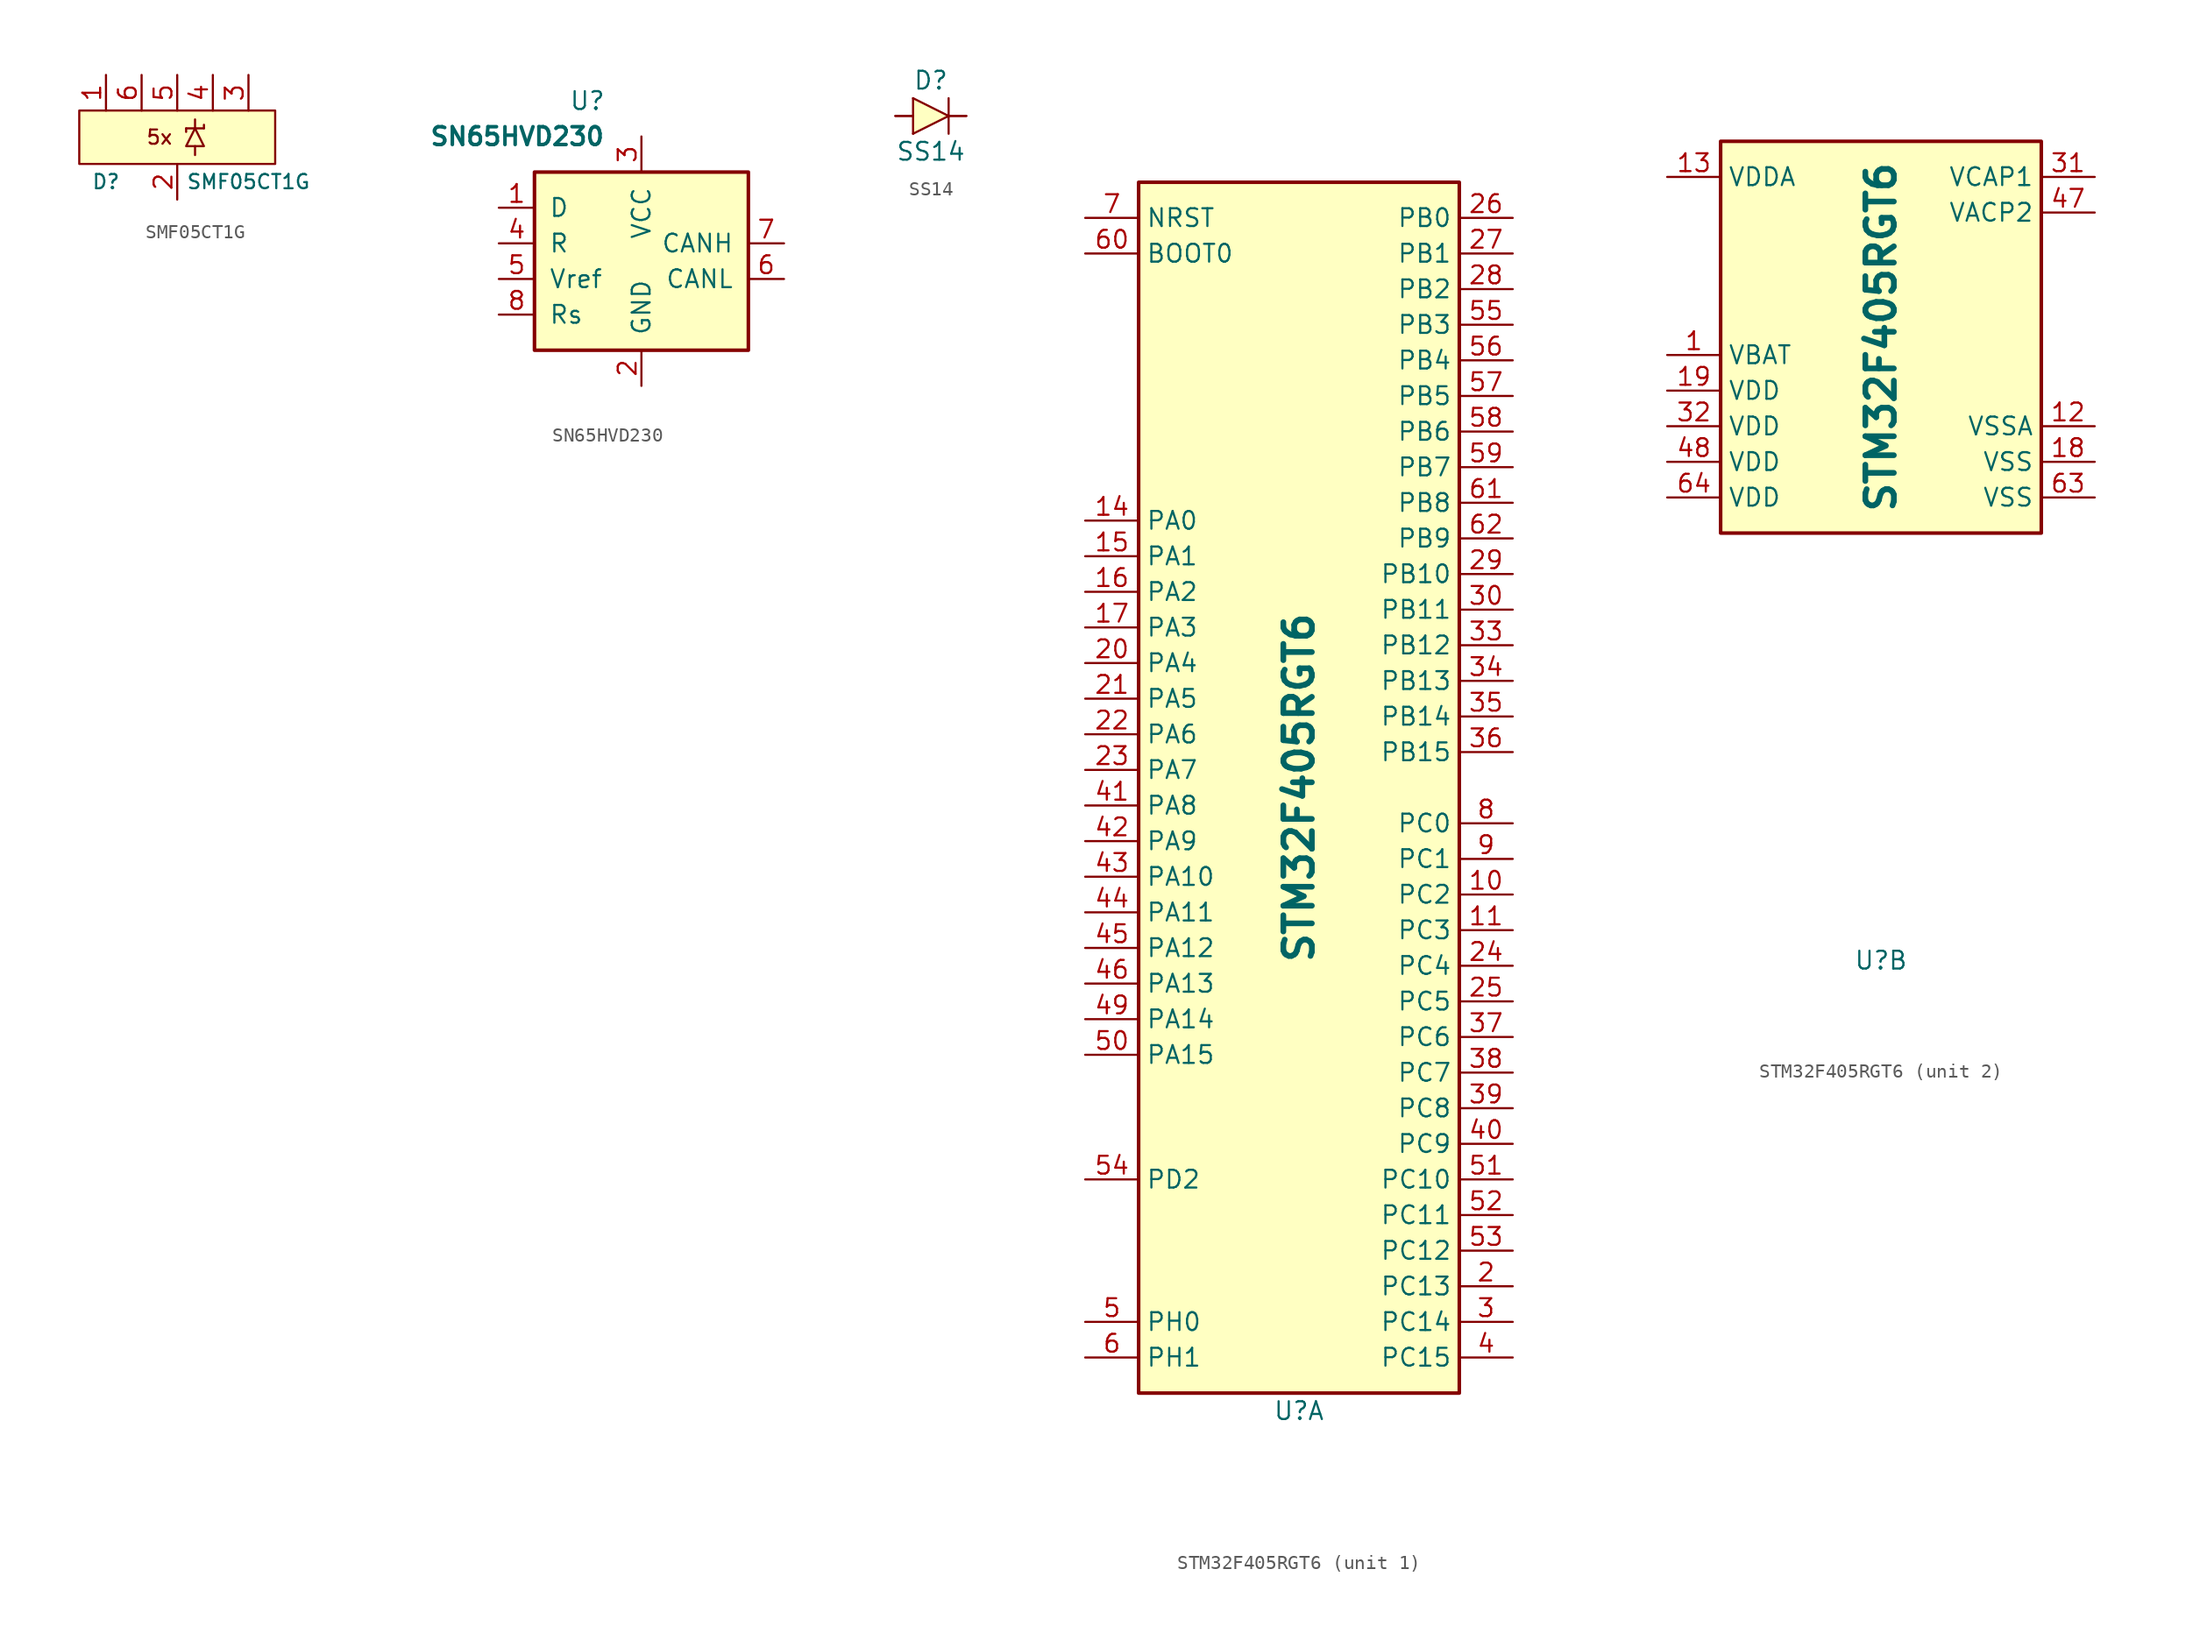
<source format=kicad_sym>
(kicad_symbol_lib
  (version 20231120)
  (generator "kicad_symbol_editor")
  (generator_version "8.0")
  (symbol "SMF05CT1G"
    (pin_names
      (offset 1.016))
    (property "Reference" "D"
      (at -5.08 -2.54 0)
      (effects (font (size 1.016 1.016))))
    (property "Value" "SMF05CT1G"
      (at 5.08 -2.54 0)
      (effects (font (size 1.016 1.016))))
    (property "Datasheet" ""
      (at 0 0 0)
      (effects (font (size 1.524 1.524))))
    (symbol "SMF05CT1G_0_0"
      (rectangle (start -6.985 2.54) (end 6.985 -1.27) (stroke (width 0) (type default)) (fill (type background)))
      (text "5x" (at -1.27 0.635 0) (effects (font (size 1.016 1.016)))))
    (symbol "SMF05CT1G_0_1"
      (polyline (pts (xy 0.635 1.27) (xy 0.635 1.016)) (stroke (width 0) (type default)) (fill (type none)))
      (polyline (pts (xy 0.635 1.27) (xy 1.905 1.27)) (stroke (width 0) (type default)) (fill (type none)))
      (polyline (pts (xy 1.27 0) (xy 1.27 -0.635)) (stroke (width 0) (type default)) (fill (type none)))
      (polyline (pts (xy 1.27 1.27) (xy 1.27 1.905)) (stroke (width 0) (type default)) (fill (type none)))
      (polyline (pts (xy 1.905 1.27) (xy 1.905 1.524)) (stroke (width 0) (type default)) (fill (type none)))
      (polyline (pts (xy 1.27 1.27) (xy 0.635 0) (xy 1.905 0) (xy 1.27 1.27)) (stroke (width 0) (type default)) (fill (type none))))
    (symbol "SMF05CT1G_1_1"
      (pin passive line (at -5.08 5.08 270) (length 2.54) (name "~" (effects (font (size 1.27 1.27)))) (number "1" (effects (font (size 1.27 1.27)))))
      (pin passive line (at 0 -3.81 90) (length 2.54) (name "~" (effects (font (size 1.27 1.27)))) (number "2" (effects (font (size 1.27 1.27)))))
      (pin passive line (at 5.08 5.08 270) (length 2.54) (name "~" (effects (font (size 1.27 1.27)))) (number "3" (effects (font (size 1.27 1.27)))))
      (pin passive line (at 2.54 5.08 270) (length 2.54) (name "~" (effects (font (size 1.27 1.27)))) (number "4" (effects (font (size 1.27 1.27)))))
      (pin passive line (at 0 5.08 270) (length 2.54) (name "~" (effects (font (size 1.27 1.27)))) (number "5" (effects (font (size 1.27 1.27)))))
      (pin passive line (at -2.54 5.08 270) (length 2.54) (name "~" (effects (font (size 1.27 1.27)))) (number "6" (effects (font (size 1.27 1.27)))))))
  (symbol "SN65HVD230"
    (pin_names
      (offset 1.016))
    (property "Reference" "U"
      (at -2.54 10.16 0)
      (effects (font (size 1.27 1.27)) (justify right)))
    (property "Value" "SN65HVD230"
      (at -2.54 7.62 0)
      (effects (font (size 1.27 1.27) (bold yes)) (justify right)))
    (symbol "SN65HVD230_0_1"
      (rectangle (start -7.62 5.08) (end 7.62 -7.62) (stroke (width 0.254) (type default)) (fill (type background))))
    (symbol "SN65HVD230_1_1"
      (pin input line (at -10.16 2.54 0) (length 2.54) (name "D" (effects (font (size 1.27 1.27)))) (number "1" (effects (font (size 1.27 1.27)))))
      (pin power_in line (at 0 -10.16 90) (length 2.54) (name "GND" (effects (font (size 1.27 1.27)))) (number "2" (effects (font (size 1.27 1.27)))))
      (pin power_in line (at 0 7.62 270) (length 2.54) (name "VCC" (effects (font (size 1.27 1.27)))) (number "3" (effects (font (size 1.27 1.27)))))
      (pin output line (at -10.16 0 0) (length 2.54) (name "R" (effects (font (size 1.27 1.27)))) (number "4" (effects (font (size 1.27 1.27)))))
      (pin output line (at -10.16 -2.54 0) (length 2.54) (name "Vref" (effects (font (size 1.27 1.27)))) (number "5" (effects (font (size 1.27 1.27)))))
      (pin bidirectional line (at 10.16 -2.54 180) (length 2.54) (name "CANL" (effects (font (size 1.27 1.27)))) (number "6" (effects (font (size 1.27 1.27)))))
      (pin bidirectional line (at 10.16 0 180) (length 2.54) (name "CANH" (effects (font (size 1.27 1.27)))) (number "7" (effects (font (size 1.27 1.27)))))
      (pin input line (at -10.16 -5.08 0) (length 2.54) (name "Rs" (effects (font (size 1.27 1.27)))) (number "8" (effects (font (size 1.27 1.27)))))))
  (symbol "SS14"
    (pin_numbers hide)
    (pin_names
      (offset 1.016) hide)
    (property "Reference" "D"
      (at 0 2.54 0)
      (effects (font (size 1.27 1.27))))
    (property "Value" "SS14"
      (at 0 -2.54 0)
      (effects (font (size 1.27 1.27))))
    (property "Datasheet" ""
      (at 0 0 0)
      (effects (font (size 1.524 1.524))))
    (symbol "SS14_0_1"
      (polyline (pts (xy 1.27 1.27) (xy 1.27 -1.27)) (stroke (width 0) (type default)) (fill (type none)))
      (polyline (pts (xy -2.54 0) (xy -1.27 0) (xy -1.27 0)) (stroke (width 0.127) (type default)) (fill (type none)))
      (polyline (pts (xy -1.27 1.27) (xy -1.27 -1.27) (xy -1.27 -1.27)) (stroke (width 0) (type default)) (fill (type none)))
      (polyline (pts (xy -1.27 1.27) (xy 1.27 0) (xy -1.27 -1.27)) (stroke (width 0) (type default)) (fill (type background)))
      (polyline (pts (xy 1.27 0) (xy 2.54 0) (xy 2.54 0)) (stroke (width 0.127) (type default)) (fill (type none))))
    (symbol "SS14_1_1"
      (pin passive line (at 2.54 0 180) (length 1.27) (name "K" (effects (font (size 1.016 1.016)))) (number "1" (effects (font (size 1.016 1.016)))))
      (pin passive line (at -2.54 0 0) (length 1.27) (name "A" (effects (font (size 1.016 1.016)))) (number "2" (effects (font (size 1.016 1.016)))))))
  (symbol "STM32F405RGT6"
    (property "Reference" "U"
      (at 0 -44.45 0)
      (effects (font (size 1.27 1.27))))
    (property "Value" "STM32F405RGT6"
      (at 0 0 90)
      (effects (font (size 2.032 2.032) (bold yes))))
    (property "ki_locked" ""
      (at 0 0 0)
      (effects (font (size 1.27 1.27))))
    (symbol "STM32F405RGT6_1_1"
      (rectangle (start -11.43 -43.18) (end 11.43 43.18) (stroke (width 0.254) (type default)) (fill (type background)))
      (pin passive line (at 15.24 -7.62 180) (length 3.81) (name "PC2" (effects (font (size 1.27 1.27)))) (number "10" (effects (font (size 1.27 1.27)))))
      (pin passive line (at 15.24 -10.16 180) (length 3.81) (name "PC3" (effects (font (size 1.27 1.27)))) (number "11" (effects (font (size 1.27 1.27)))))
      (pin passive line (at -15.24 19.05 0) (length 3.81) (name "PA0" (effects (font (size 1.27 1.27)))) (number "14" (effects (font (size 1.27 1.27)))))
      (pin passive line (at -15.24 16.51 0) (length 3.81) (name "PA1" (effects (font (size 1.27 1.27)))) (number "15" (effects (font (size 1.27 1.27)))))
      (pin passive line (at -15.24 13.97 0) (length 3.81) (name "PA2" (effects (font (size 1.27 1.27)))) (number "16" (effects (font (size 1.27 1.27)))))
      (pin passive line (at -15.24 11.43 0) (length 3.81) (name "PA3" (effects (font (size 1.27 1.27)))) (number "17" (effects (font (size 1.27 1.27)))))
      (pin passive line (at 15.24 -35.56 180) (length 3.81) (name "PC13" (effects (font (size 1.27 1.27)))) (number "2" (effects (font (size 1.27 1.27)))))
      (pin passive line (at -15.24 8.89 0) (length 3.81) (name "PA4" (effects (font (size 1.27 1.27)))) (number "20" (effects (font (size 1.27 1.27)))))
      (pin passive line (at -15.24 6.35 0) (length 3.81) (name "PA5" (effects (font (size 1.27 1.27)))) (number "21" (effects (font (size 1.27 1.27)))))
      (pin passive line (at -15.24 3.81 0) (length 3.81) (name "PA6" (effects (font (size 1.27 1.27)))) (number "22" (effects (font (size 1.27 1.27)))))
      (pin passive line (at -15.24 1.27 0) (length 3.81) (name "PA7" (effects (font (size 1.27 1.27)))) (number "23" (effects (font (size 1.27 1.27)))))
      (pin passive line (at 15.24 -12.7 180) (length 3.81) (name "PC4" (effects (font (size 1.27 1.27)))) (number "24" (effects (font (size 1.27 1.27)))))
      (pin passive line (at 15.24 -15.24 180) (length 3.81) (name "PC5" (effects (font (size 1.27 1.27)))) (number "25" (effects (font (size 1.27 1.27)))))
      (pin passive line (at 15.24 40.64 180) (length 3.81) (name "PB0" (effects (font (size 1.27 1.27)))) (number "26" (effects (font (size 1.27 1.27)))))
      (pin passive line (at 15.24 38.1 180) (length 3.81) (name "PB1" (effects (font (size 1.27 1.27)))) (number "27" (effects (font (size 1.27 1.27)))))
      (pin passive line (at 15.24 35.56 180) (length 3.81) (name "PB2" (effects (font (size 1.27 1.27)))) (number "28" (effects (font (size 1.27 1.27)))))
      (pin passive line (at 15.24 15.24 180) (length 3.81) (name "PB10" (effects (font (size 1.27 1.27)))) (number "29" (effects (font (size 1.27 1.27)))))
      (pin passive line (at 15.24 -38.1 180) (length 3.81) (name "PC14" (effects (font (size 1.27 1.27)))) (number "3" (effects (font (size 1.27 1.27)))))
      (pin passive line (at 15.24 12.7 180) (length 3.81) (name "PB11" (effects (font (size 1.27 1.27)))) (number "30" (effects (font (size 1.27 1.27)))))
      (pin passive line (at 15.24 10.16 180) (length 3.81) (name "PB12" (effects (font (size 1.27 1.27)))) (number "33" (effects (font (size 1.27 1.27)))))
      (pin passive line (at 15.24 7.62 180) (length 3.81) (name "PB13" (effects (font (size 1.27 1.27)))) (number "34" (effects (font (size 1.27 1.27)))))
      (pin passive line (at 15.24 5.08 180) (length 3.81) (name "PB14" (effects (font (size 1.27 1.27)))) (number "35" (effects (font (size 1.27 1.27)))))
      (pin passive line (at 15.24 2.54 180) (length 3.81) (name "PB15" (effects (font (size 1.27 1.27)))) (number "36" (effects (font (size 1.27 1.27)))))
      (pin passive line (at 15.24 -17.78 180) (length 3.81) (name "PC6" (effects (font (size 1.27 1.27)))) (number "37" (effects (font (size 1.27 1.27)))))
      (pin passive line (at 15.24 -20.32 180) (length 3.81) (name "PC7" (effects (font (size 1.27 1.27)))) (number "38" (effects (font (size 1.27 1.27)))))
      (pin passive line (at 15.24 -22.86 180) (length 3.81) (name "PC8" (effects (font (size 1.27 1.27)))) (number "39" (effects (font (size 1.27 1.27)))))
      (pin passive line (at 15.24 -40.64 180) (length 3.81) (name "PC15" (effects (font (size 1.27 1.27)))) (number "4" (effects (font (size 1.27 1.27)))))
      (pin passive line (at 15.24 -25.4 180) (length 3.81) (name "PC9" (effects (font (size 1.27 1.27)))) (number "40" (effects (font (size 1.27 1.27)))))
      (pin passive line (at -15.24 -1.27 0) (length 3.81) (name "PA8" (effects (font (size 1.27 1.27)))) (number "41" (effects (font (size 1.27 1.27)))))
      (pin passive line (at -15.24 -3.81 0) (length 3.81) (name "PA9" (effects (font (size 1.27 1.27)))) (number "42" (effects (font (size 1.27 1.27)))))
      (pin passive line (at -15.24 -6.35 0) (length 3.81) (name "PA10" (effects (font (size 1.27 1.27)))) (number "43" (effects (font (size 1.27 1.27)))))
      (pin passive line (at -15.24 -8.89 0) (length 3.81) (name "PA11" (effects (font (size 1.27 1.27)))) (number "44" (effects (font (size 1.27 1.27)))))
      (pin passive line (at -15.24 -11.43 0) (length 3.81) (name "PA12" (effects (font (size 1.27 1.27)))) (number "45" (effects (font (size 1.27 1.27)))))
      (pin passive line (at -15.24 -13.97 0) (length 3.81) (name "PA13" (effects (font (size 1.27 1.27)))) (number "46" (effects (font (size 1.27 1.27)))))
      (pin passive line (at -15.24 -16.51 0) (length 3.81) (name "PA14" (effects (font (size 1.27 1.27)))) (number "49" (effects (font (size 1.27 1.27)))))
      (pin passive line (at -15.24 -38.1 0) (length 3.81) (name "PH0" (effects (font (size 1.27 1.27)))) (number "5" (effects (font (size 1.27 1.27)))))
      (pin passive line (at -15.24 -19.05 0) (length 3.81) (name "PA15" (effects (font (size 1.27 1.27)))) (number "50" (effects (font (size 1.27 1.27)))))
      (pin passive line (at 15.24 -27.94 180) (length 3.81) (name "PC10" (effects (font (size 1.27 1.27)))) (number "51" (effects (font (size 1.27 1.27)))))
      (pin passive line (at 15.24 -30.48 180) (length 3.81) (name "PC11" (effects (font (size 1.27 1.27)))) (number "52" (effects (font (size 1.27 1.27)))))
      (pin passive line (at 15.24 -33.02 180) (length 3.81) (name "PC12" (effects (font (size 1.27 1.27)))) (number "53" (effects (font (size 1.27 1.27)))))
      (pin passive line (at -15.24 -27.94 0) (length 3.81) (name "PD2" (effects (font (size 1.27 1.27)))) (number "54" (effects (font (size 1.27 1.27)))))
      (pin passive line (at 15.24 33.02 180) (length 3.81) (name "PB3" (effects (font (size 1.27 1.27)))) (number "55" (effects (font (size 1.27 1.27)))))
      (pin passive line (at 15.24 30.48 180) (length 3.81) (name "PB4" (effects (font (size 1.27 1.27)))) (number "56" (effects (font (size 1.27 1.27)))))
      (pin passive line (at 15.24 27.94 180) (length 3.81) (name "PB5" (effects (font (size 1.27 1.27)))) (number "57" (effects (font (size 1.27 1.27)))))
      (pin passive line (at 15.24 25.4 180) (length 3.81) (name "PB6" (effects (font (size 1.27 1.27)))) (number "58" (effects (font (size 1.27 1.27)))))
      (pin passive line (at 15.24 22.86 180) (length 3.81) (name "PB7" (effects (font (size 1.27 1.27)))) (number "59" (effects (font (size 1.27 1.27)))))
      (pin passive line (at -15.24 -40.64 0) (length 3.81) (name "PH1" (effects (font (size 1.27 1.27)))) (number "6" (effects (font (size 1.27 1.27)))))
      (pin passive line (at -15.24 38.1 0) (length 3.81) (name "BOOT0" (effects (font (size 1.27 1.27)))) (number "60" (effects (font (size 1.27 1.27)))))
      (pin passive line (at 15.24 20.32 180) (length 3.81) (name "PB8" (effects (font (size 1.27 1.27)))) (number "61" (effects (font (size 1.27 1.27)))))
      (pin passive line (at 15.24 17.78 180) (length 3.81) (name "PB9" (effects (font (size 1.27 1.27)))) (number "62" (effects (font (size 1.27 1.27)))))
      (pin passive line (at -15.24 40.64 0) (length 3.81) (name "NRST" (effects (font (size 1.27 1.27)))) (number "7" (effects (font (size 1.27 1.27)))))
      (pin passive line (at 15.24 -2.54 180) (length 3.81) (name "PC0" (effects (font (size 1.27 1.27)))) (number "8" (effects (font (size 1.27 1.27)))))
      (pin passive line (at 15.24 -5.08 180) (length 3.81) (name "PC1" (effects (font (size 1.27 1.27)))) (number "9" (effects (font (size 1.27 1.27))))))
    (symbol "STM32F405RGT6_2_1"
      (rectangle (start -11.43 13.97) (end 11.43 -13.97) (stroke (width 0.254) (type default)) (fill (type background)))
      (pin passive line (at -15.24 -1.27 0) (length 3.81) (name "VBAT" (effects (font (size 1.27 1.27)))) (number "1" (effects (font (size 1.27 1.27)))))
      (pin passive line (at 15.24 -6.35 180) (length 3.81) (name "VSSA" (effects (font (size 1.27 1.27)))) (number "12" (effects (font (size 1.27 1.27)))))
      (pin passive line (at -15.24 11.43 0) (length 3.81) (name "VDDA" (effects (font (size 1.27 1.27)))) (number "13" (effects (font (size 1.27 1.27)))))
      (pin passive line (at 15.24 -8.89 180) (length 3.81) (name "VSS" (effects (font (size 1.27 1.27)))) (number "18" (effects (font (size 1.27 1.27)))))
      (pin passive line (at -15.24 -3.81 0) (length 3.81) (name "VDD" (effects (font (size 1.27 1.27)))) (number "19" (effects (font (size 1.27 1.27)))))
      (pin passive line (at 15.24 11.43 180) (length 3.81) (name "VCAP1" (effects (font (size 1.27 1.27)))) (number "31" (effects (font (size 1.27 1.27)))))
      (pin passive line (at -15.24 -6.35 0) (length 3.81) (name "VDD" (effects (font (size 1.27 1.27)))) (number "32" (effects (font (size 1.27 1.27)))))
      (pin passive line (at 15.24 8.89 180) (length 3.81) (name "VACP2" (effects (font (size 1.27 1.27)))) (number "47" (effects (font (size 1.27 1.27)))))
      (pin passive line (at -15.24 -8.89 0) (length 3.81) (name "VDD" (effects (font (size 1.27 1.27)))) (number "48" (effects (font (size 1.27 1.27)))))
      (pin passive line (at 15.24 -11.43 180) (length 3.81) (name "VSS" (effects (font (size 1.27 1.27)))) (number "63" (effects (font (size 1.27 1.27)))))
      (pin passive line (at -15.24 -11.43 0) (length 3.81) (name "VDD" (effects (font (size 1.27 1.27)))) (number "64" (effects (font (size 1.27 1.27))))))))
</source>
